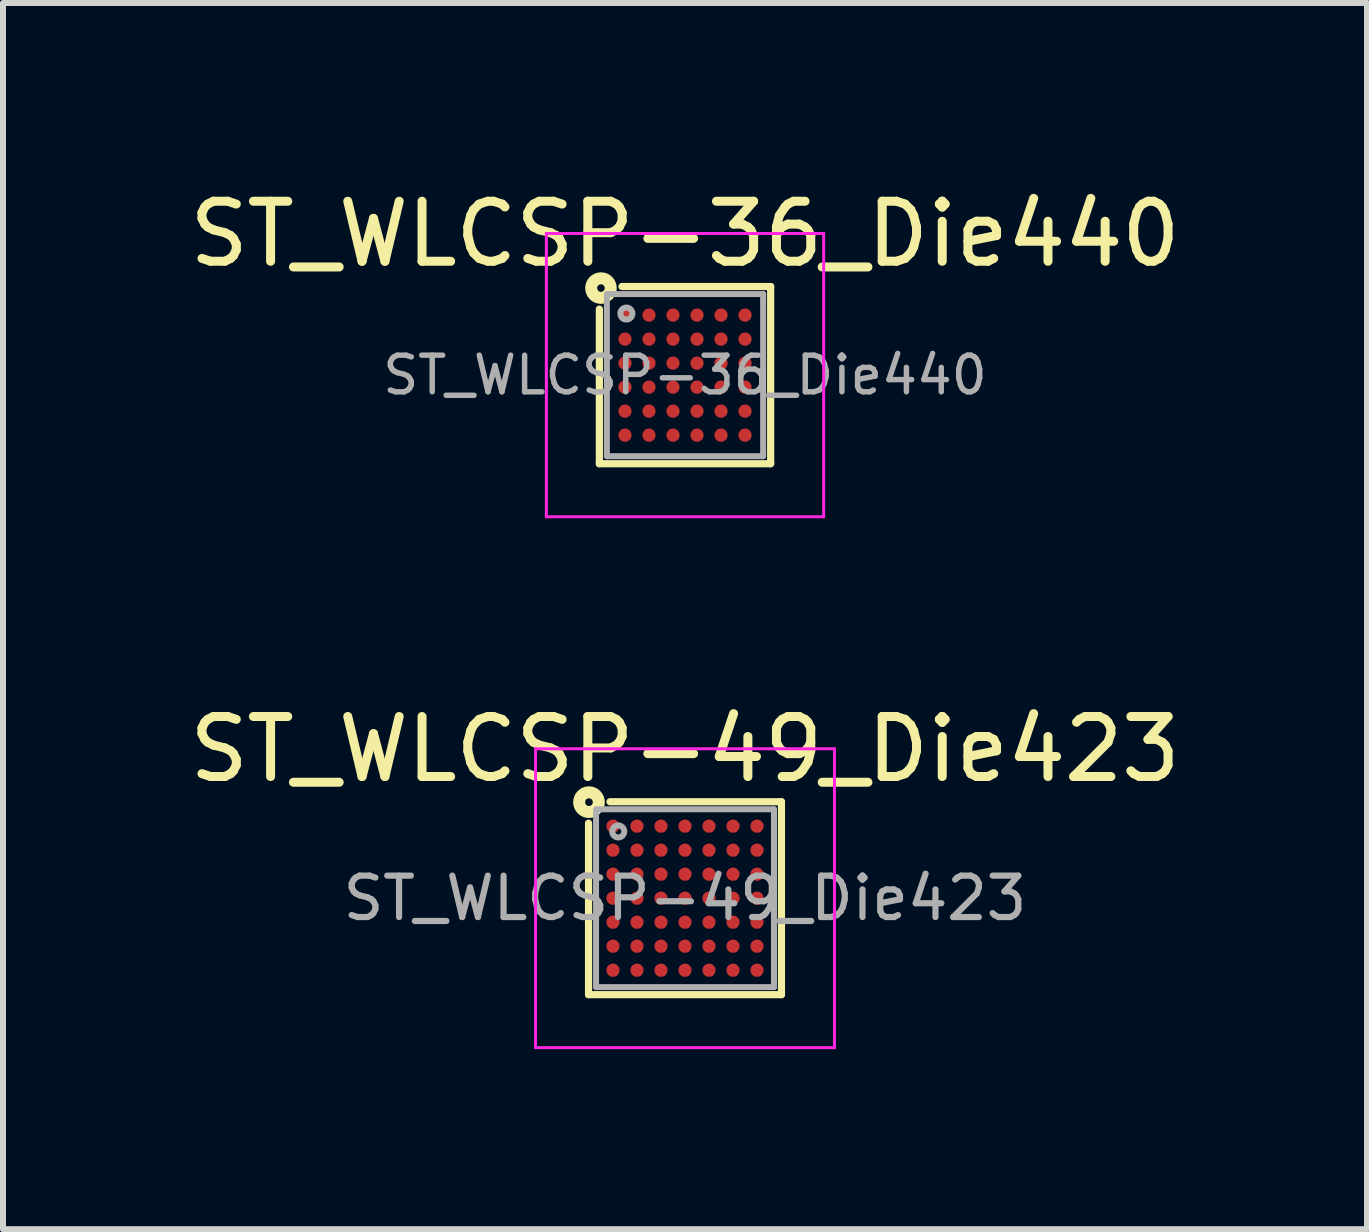
<source format=kicad_pcb>
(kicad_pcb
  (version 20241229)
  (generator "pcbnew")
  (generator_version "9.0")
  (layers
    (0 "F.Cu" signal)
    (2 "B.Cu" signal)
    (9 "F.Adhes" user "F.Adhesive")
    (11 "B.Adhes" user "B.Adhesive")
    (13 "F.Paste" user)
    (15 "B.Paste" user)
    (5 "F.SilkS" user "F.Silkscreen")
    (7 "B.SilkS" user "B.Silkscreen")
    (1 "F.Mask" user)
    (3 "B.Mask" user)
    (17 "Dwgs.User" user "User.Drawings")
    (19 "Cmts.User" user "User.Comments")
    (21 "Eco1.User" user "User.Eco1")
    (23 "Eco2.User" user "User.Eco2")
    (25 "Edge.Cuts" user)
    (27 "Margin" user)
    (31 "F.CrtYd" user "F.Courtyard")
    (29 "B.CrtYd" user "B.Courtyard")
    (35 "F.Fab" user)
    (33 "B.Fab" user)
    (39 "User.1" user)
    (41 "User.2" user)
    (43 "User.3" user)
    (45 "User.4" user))
  (footprint "ST_WLCSP-36_Die440"
    (layer "F.Cu")
    (at 8.363 3.2)
    (property "Reference" "ST_WLCSP-36_Die440" (at 0 -2.352 0) (layer "F.SilkS") (effects (font (size 1 1) (thickness 0.15))))
    (attr smd)
    (fp_line (start -1.427 1.476) (end -1.427 -1.1) (stroke (width 0.12) (type solid)) (layer "F.SilkS"))
    (fp_line (start -1.05 -1.476) (end 1.427 -1.476) (stroke (width 0.12) (type solid)) (layer "F.SilkS"))
    (fp_line (start 1.427 -1.476) (end 1.427 1.476) (stroke (width 0.12) (type solid)) (layer "F.SilkS"))
    (fp_line (start 1.427 1.476) (end -1.427 1.476) (stroke (width 0.12) (type solid)) (layer "F.SilkS"))
    (fp_circle (center -1.4 -1.45) (end -1.337 -1.45) (stroke (width 0.2) (type solid)) (fill no) (layer "F.SilkS"))
    (fp_line (start -2.31 -2.36) (end -2.31 2.36) (stroke (width 0.05) (type solid)) (layer "F.CrtYd"))
    (fp_line (start -2.31 2.36) (end 2.31 2.36) (stroke (width 0.05) (type solid)) (layer "F.CrtYd"))
    (fp_line (start 2.31 -2.36) (end -2.31 -2.36) (stroke (width 0.05) (type solid)) (layer "F.CrtYd"))
    (fp_line (start 2.31 2.36) (end 2.31 -2.36) (stroke (width 0.05) (type solid)) (layer "F.CrtYd"))
    (fp_line (start -1.302 1.351) (end -1.302 -1.34) (stroke (width 0.1) (type solid)) (layer "F.Fab"))
    (fp_line (start -1.3 -1.351) (end 1.302 -1.351) (stroke (width 0.1) (type solid)) (layer "F.Fab"))
    (fp_line (start 1.302 -1.351) (end 1.302 1.351) (stroke (width 0.1) (type solid)) (layer "F.Fab"))
    (fp_line (start 1.302 1.351) (end -1.302 1.351) (stroke (width 0.1) (type solid)) (layer "F.Fab"))
    (fp_circle (center -0.977 -1.026) (end -0.877 -1.026) (stroke (width 0.1) (type solid)) (fill no) (layer "F.Fab"))
    (fp_text user "${REFERENCE}" (at 0 0 0) (layer "F.Fab") (effects (font (size 0.61 0.61) (thickness 0.091))))
    (pad "A1" smd circle (at -1 -1) (size 0.22 0.22) (layers "F.Cu" "F.Mask" "F.Paste"))
    (pad "A2" smd circle (at -0.6 -1) (size 0.22 0.22) (layers "F.Cu" "F.Mask" "F.Paste"))
    (pad "A3" smd circle (at -0.2 -1) (size 0.22 0.22) (layers "F.Cu" "F.Mask" "F.Paste"))
    (pad "A4" smd circle (at 0.2 -1) (size 0.22 0.22) (layers "F.Cu" "F.Mask" "F.Paste"))
    (pad "A5" smd circle (at 0.6 -1) (size 0.22 0.22) (layers "F.Cu" "F.Mask" "F.Paste"))
    (pad "A6" smd circle (at 1 -1) (size 0.22 0.22) (layers "F.Cu" "F.Mask" "F.Paste"))
    (pad "B1" smd circle (at -1 -0.6) (size 0.22 0.22) (layers "F.Cu" "F.Mask" "F.Paste"))
    (pad "B2" smd circle (at -0.6 -0.6) (size 0.22 0.22) (layers "F.Cu" "F.Mask" "F.Paste"))
    (pad "B3" smd circle (at -0.2 -0.6) (size 0.22 0.22) (layers "F.Cu" "F.Mask" "F.Paste"))
    (pad "B4" smd circle (at 0.2 -0.6) (size 0.22 0.22) (layers "F.Cu" "F.Mask" "F.Paste"))
    (pad "B5" smd circle (at 0.6 -0.6) (size 0.22 0.22) (layers "F.Cu" "F.Mask" "F.Paste"))
    (pad "B6" smd circle (at 1 -0.6) (size 0.22 0.22) (layers "F.Cu" "F.Mask" "F.Paste"))
    (pad "C1" smd circle (at -1 -0.2) (size 0.22 0.22) (layers "F.Cu" "F.Mask" "F.Paste"))
    (pad "C2" smd circle (at -0.6 -0.2) (size 0.22 0.22) (layers "F.Cu" "F.Mask" "F.Paste"))
    (pad "C3" smd circle (at -0.2 -0.2) (size 0.22 0.22) (layers "F.Cu" "F.Mask" "F.Paste"))
    (pad "C4" smd circle (at 0.2 -0.2) (size 0.22 0.22) (layers "F.Cu" "F.Mask" "F.Paste"))
    (pad "C5" smd circle (at 0.6 -0.2) (size 0.22 0.22) (layers "F.Cu" "F.Mask" "F.Paste"))
    (pad "C6" smd circle (at 1 -0.2) (size 0.22 0.22) (layers "F.Cu" "F.Mask" "F.Paste"))
    (pad "D1" smd circle (at -1 0.2) (size 0.22 0.22) (layers "F.Cu" "F.Mask" "F.Paste"))
    (pad "D2" smd circle (at -0.6 0.2) (size 0.22 0.22) (layers "F.Cu" "F.Mask" "F.Paste"))
    (pad "D3" smd circle (at -0.2 0.2) (size 0.22 0.22) (layers "F.Cu" "F.Mask" "F.Paste"))
    (pad "D4" smd circle (at 0.2 0.2) (size 0.22 0.22) (layers "F.Cu" "F.Mask" "F.Paste"))
    (pad "D5" smd circle (at 0.6 0.2) (size 0.22 0.22) (layers "F.Cu" "F.Mask" "F.Paste"))
    (pad "D6" smd circle (at 1 0.2) (size 0.22 0.22) (layers "F.Cu" "F.Mask" "F.Paste"))
    (pad "E1" smd circle (at -1 0.6) (size 0.22 0.22) (layers "F.Cu" "F.Mask" "F.Paste"))
    (pad "E2" smd circle (at -0.6 0.6) (size 0.22 0.22) (layers "F.Cu" "F.Mask" "F.Paste"))
    (pad "E3" smd circle (at -0.2 0.6) (size 0.22 0.22) (layers "F.Cu" "F.Mask" "F.Paste"))
    (pad "E4" smd circle (at 0.2 0.6) (size 0.22 0.22) (layers "F.Cu" "F.Mask" "F.Paste"))
    (pad "E5" smd circle (at 0.6 0.6) (size 0.22 0.22) (layers "F.Cu" "F.Mask" "F.Paste"))
    (pad "E6" smd circle (at 1 0.6) (size 0.22 0.22) (layers "F.Cu" "F.Mask" "F.Paste"))
    (pad "F1" smd circle (at -1 1) (size 0.22 0.22) (layers "F.Cu" "F.Mask" "F.Paste"))
    (pad "F2" smd circle (at -0.6 1) (size 0.22 0.22) (layers "F.Cu" "F.Mask" "F.Paste"))
    (pad "F3" smd circle (at -0.2 1) (size 0.22 0.22) (layers "F.Cu" "F.Mask" "F.Paste"))
    (pad "F4" smd circle (at 0.2 1) (size 0.22 0.22) (layers "F.Cu" "F.Mask" "F.Paste"))
    (pad "F5" smd circle (at 0.6 1) (size 0.22 0.22) (layers "F.Cu" "F.Mask" "F.Paste"))
    (pad "F6" smd circle (at 1 1) (size 0.22 0.22) (layers "F.Cu" "F.Mask" "F.Paste")))
  (footprint "ST_WLCSP-49_Die423"
    (layer "F.Cu")
    (at 8.363 11.915)
    (property "Reference" "ST_WLCSP-49_Die423" (at 0 -2.482 0) (layer "F.SilkS") (effects (font (size 1 1) (thickness 0.15))))
    (attr smd)
    (fp_line (start -1.607 1.607) (end -1.607 -1.25) (stroke (width 0.12) (type solid)) (layer "F.SilkS"))
    (fp_line (start -1.25 -1.607) (end 1.607 -1.607) (stroke (width 0.12) (type solid)) (layer "F.SilkS"))
    (fp_line (start 1.607 -1.607) (end 1.607 1.607) (stroke (width 0.12) (type solid)) (layer "F.SilkS"))
    (fp_line (start 1.607 1.607) (end -1.607 1.607) (stroke (width 0.12) (type solid)) (layer "F.SilkS"))
    (fp_circle (center -1.6 -1.6) (end -1.536 -1.6) (stroke (width 0.2) (type solid)) (fill no) (layer "F.SilkS"))
    (fp_line (start -2.49 -2.49) (end -2.49 2.49) (stroke (width 0.05) (type solid)) (layer "F.CrtYd"))
    (fp_line (start -2.49 2.49) (end 2.49 2.49) (stroke (width 0.05) (type solid)) (layer "F.CrtYd"))
    (fp_line (start 2.49 -2.49) (end -2.49 -2.49) (stroke (width 0.05) (type solid)) (layer "F.CrtYd"))
    (fp_line (start 2.49 2.49) (end 2.49 -2.49) (stroke (width 0.05) (type solid)) (layer "F.CrtYd"))
    (fp_line (start -1.482 1.482) (end -1.482 -1.48) (stroke (width 0.1) (type solid)) (layer "F.Fab"))
    (fp_line (start -1.47 -1.482) (end 1.482 -1.482) (stroke (width 0.1) (type solid)) (layer "F.Fab"))
    (fp_line (start 1.482 -1.482) (end 1.482 1.482) (stroke (width 0.1) (type solid)) (layer "F.Fab"))
    (fp_line (start 1.482 1.482) (end -1.482 1.482) (stroke (width 0.1) (type solid)) (layer "F.Fab"))
    (fp_circle (center -1.112 -1.112) (end -1.012 -1.112) (stroke (width 0.1) (type solid)) (fill no) (layer "F.Fab"))
    (fp_text user "${REFERENCE}" (at 0 0 0) (layer "F.Fab") (effects (font (size 0.69 0.69) (thickness 0.103))))
    (pad "A1" smd circle (at -1.2 -1.2) (size 0.22 0.22) (layers "F.Cu" "F.Mask" "F.Paste"))
    (pad "A2" smd circle (at -0.8 -1.2) (size 0.22 0.22) (layers "F.Cu" "F.Mask" "F.Paste"))
    (pad "A3" smd circle (at -0.4 -1.2) (size 0.22 0.22) (layers "F.Cu" "F.Mask" "F.Paste"))
    (pad "A4" smd circle (at 0 -1.2) (size 0.22 0.22) (layers "F.Cu" "F.Mask" "F.Paste"))
    (pad "A5" smd circle (at 0.4 -1.2) (size 0.22 0.22) (layers "F.Cu" "F.Mask" "F.Paste"))
    (pad "A6" smd circle (at 0.8 -1.2) (size 0.22 0.22) (layers "F.Cu" "F.Mask" "F.Paste"))
    (pad "A7" smd circle (at 1.2 -1.2) (size 0.22 0.22) (layers "F.Cu" "F.Mask" "F.Paste"))
    (pad "B1" smd circle (at -1.2 -0.8) (size 0.22 0.22) (layers "F.Cu" "F.Mask" "F.Paste"))
    (pad "B2" smd circle (at -0.8 -0.8) (size 0.22 0.22) (layers "F.Cu" "F.Mask" "F.Paste"))
    (pad "B3" smd circle (at -0.4 -0.8) (size 0.22 0.22) (layers "F.Cu" "F.Mask" "F.Paste"))
    (pad "B4" smd circle (at 0 -0.8) (size 0.22 0.22) (layers "F.Cu" "F.Mask" "F.Paste"))
    (pad "B5" smd circle (at 0.4 -0.8) (size 0.22 0.22) (layers "F.Cu" "F.Mask" "F.Paste"))
    (pad "B6" smd circle (at 0.8 -0.8) (size 0.22 0.22) (layers "F.Cu" "F.Mask" "F.Paste"))
    (pad "B7" smd circle (at 1.2 -0.8) (size 0.22 0.22) (layers "F.Cu" "F.Mask" "F.Paste"))
    (pad "C1" smd circle (at -1.2 -0.4) (size 0.22 0.22) (layers "F.Cu" "F.Mask" "F.Paste"))
    (pad "C2" smd circle (at -0.8 -0.4) (size 0.22 0.22) (layers "F.Cu" "F.Mask" "F.Paste"))
    (pad "C3" smd circle (at -0.4 -0.4) (size 0.22 0.22) (layers "F.Cu" "F.Mask" "F.Paste"))
    (pad "C4" smd circle (at 0 -0.4) (size 0.22 0.22) (layers "F.Cu" "F.Mask" "F.Paste"))
    (pad "C5" smd circle (at 0.4 -0.4) (size 0.22 0.22) (layers "F.Cu" "F.Mask" "F.Paste"))
    (pad "C6" smd circle (at 0.8 -0.4) (size 0.22 0.22) (layers "F.Cu" "F.Mask" "F.Paste"))
    (pad "C7" smd circle (at 1.2 -0.4) (size 0.22 0.22) (layers "F.Cu" "F.Mask" "F.Paste"))
    (pad "D1" smd circle (at -1.2 0) (size 0.22 0.22) (layers "F.Cu" "F.Mask" "F.Paste"))
    (pad "D2" smd circle (at -0.8 0) (size 0.22 0.22) (layers "F.Cu" "F.Mask" "F.Paste"))
    (pad "D3" smd circle (at -0.4 0) (size 0.22 0.22) (layers "F.Cu" "F.Mask" "F.Paste"))
    (pad "D4" smd circle (at 0 0) (size 0.22 0.22) (layers "F.Cu" "F.Mask" "F.Paste"))
    (pad "D5" smd circle (at 0.4 0) (size 0.22 0.22) (layers "F.Cu" "F.Mask" "F.Paste"))
    (pad "D6" smd circle (at 0.8 0) (size 0.22 0.22) (layers "F.Cu" "F.Mask" "F.Paste"))
    (pad "D7" smd circle (at 1.2 0) (size 0.22 0.22) (layers "F.Cu" "F.Mask" "F.Paste"))
    (pad "E1" smd circle (at -1.2 0.4) (size 0.22 0.22) (layers "F.Cu" "F.Mask" "F.Paste"))
    (pad "E2" smd circle (at -0.8 0.4) (size 0.22 0.22) (layers "F.Cu" "F.Mask" "F.Paste"))
    (pad "E3" smd circle (at -0.4 0.4) (size 0.22 0.22) (layers "F.Cu" "F.Mask" "F.Paste"))
    (pad "E4" smd circle (at 0 0.4) (size 0.22 0.22) (layers "F.Cu" "F.Mask" "F.Paste"))
    (pad "E5" smd circle (at 0.4 0.4) (size 0.22 0.22) (layers "F.Cu" "F.Mask" "F.Paste"))
    (pad "E6" smd circle (at 0.8 0.4) (size 0.22 0.22) (layers "F.Cu" "F.Mask" "F.Paste"))
    (pad "E7" smd circle (at 1.2 0.4) (size 0.22 0.22) (layers "F.Cu" "F.Mask" "F.Paste"))
    (pad "F1" smd circle (at -1.2 0.8) (size 0.22 0.22) (layers "F.Cu" "F.Mask" "F.Paste"))
    (pad "F2" smd circle (at -0.8 0.8) (size 0.22 0.22) (layers "F.Cu" "F.Mask" "F.Paste"))
    (pad "F3" smd circle (at -0.4 0.8) (size 0.22 0.22) (layers "F.Cu" "F.Mask" "F.Paste"))
    (pad "F4" smd circle (at 0 0.8) (size 0.22 0.22) (layers "F.Cu" "F.Mask" "F.Paste"))
    (pad "F5" smd circle (at 0.4 0.8) (size 0.22 0.22) (layers "F.Cu" "F.Mask" "F.Paste"))
    (pad "F6" smd circle (at 0.8 0.8) (size 0.22 0.22) (layers "F.Cu" "F.Mask" "F.Paste"))
    (pad "F7" smd circle (at 1.2 0.8) (size 0.22 0.22) (layers "F.Cu" "F.Mask" "F.Paste"))
    (pad "G1" smd circle (at -1.2 1.2) (size 0.22 0.22) (layers "F.Cu" "F.Mask" "F.Paste"))
    (pad "G2" smd circle (at -0.8 1.2) (size 0.22 0.22) (layers "F.Cu" "F.Mask" "F.Paste"))
    (pad "G3" smd circle (at -0.4 1.2) (size 0.22 0.22) (layers "F.Cu" "F.Mask" "F.Paste"))
    (pad "G4" smd circle (at 0 1.2) (size 0.22 0.22) (layers "F.Cu" "F.Mask" "F.Paste"))
    (pad "G5" smd circle (at 0.4 1.2) (size 0.22 0.22) (layers "F.Cu" "F.Mask" "F.Paste"))
    (pad "G6" smd circle (at 0.8 1.2) (size 0.22 0.22) (layers "F.Cu" "F.Mask" "F.Paste"))
    (pad "G7" smd circle (at 1.2 1.2) (size 0.22 0.22) (layers "F.Cu" "F.Mask" "F.Paste")))
  (gr_rect
    (start -3 -3)
    (end 19.726 17.43)
    (stroke (width 0.1) (type default))
    (fill no)
    (layer "Edge.Cuts")))
</source>
